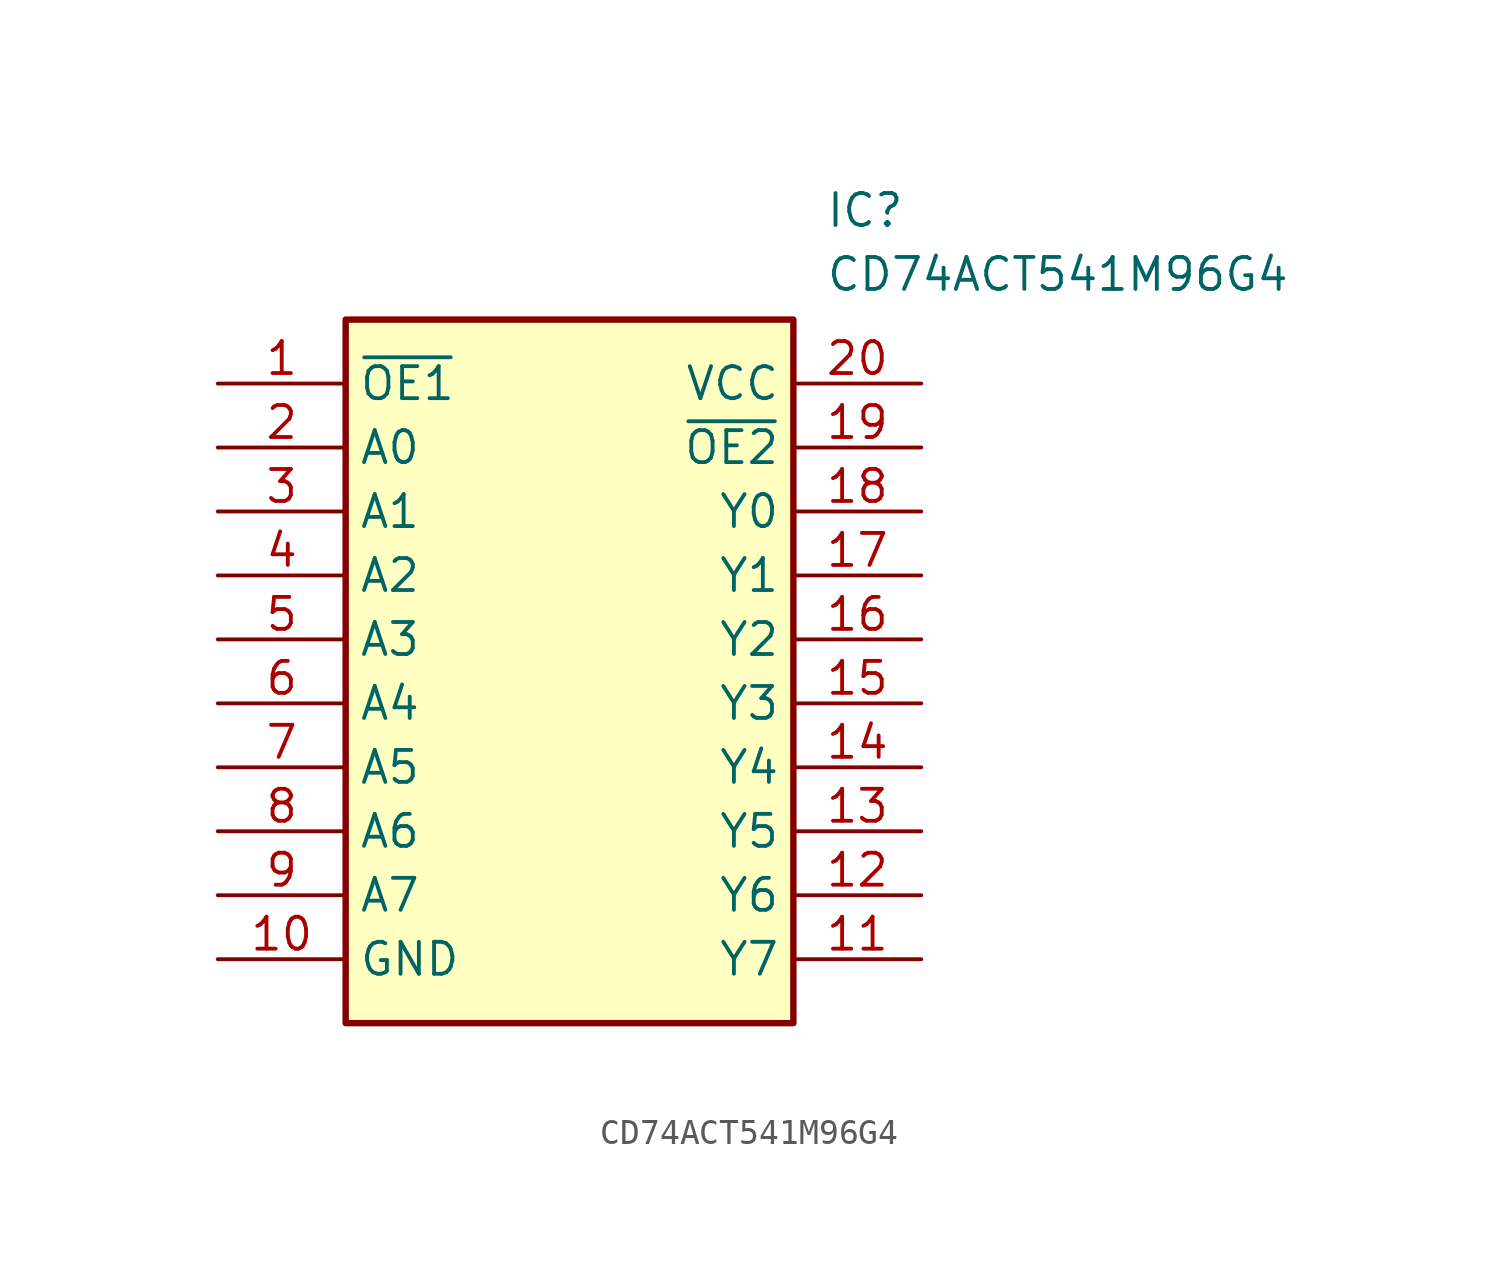
<source format=kicad_sym>
(kicad_symbol_lib
  (version 20211014)
  (generator SamacSys_ECAD_Model)
  (symbol "CD74ACT541M96G4"
    (property "Reference" "IC"
      (at 24.13 7.62 0)
      (effects (font (size 1.27 1.27)) (justify left top)))
    (property "Value" "CD74ACT541M96G4"
      (at 24.13 5.08 0)
      (effects (font (size 1.27 1.27)) (justify left top)))
    (rectangle
      (start 5.08 2.54)
      (end 22.86 -25.4)
      (stroke (width 0.254) (type default))
      (fill (type background)))
    (pin passive line
      (at 0 0 0)
      (length 5.08)
      (name "~{OE1}" (effects (font (size 1.27 1.27))))
      (number "1" (effects (font (size 1.27 1.27)))))
    (pin passive line
      (at 0 -2.54 0)
      (length 5.08)
      (name "A0" (effects (font (size 1.27 1.27))))
      (number "2" (effects (font (size 1.27 1.27)))))
    (pin passive line
      (at 0 -5.08 0)
      (length 5.08)
      (name "A1" (effects (font (size 1.27 1.27))))
      (number "3" (effects (font (size 1.27 1.27)))))
    (pin passive line
      (at 0 -7.62 0)
      (length 5.08)
      (name "A2" (effects (font (size 1.27 1.27))))
      (number "4" (effects (font (size 1.27 1.27)))))
    (pin passive line
      (at 0 -10.16 0)
      (length 5.08)
      (name "A3" (effects (font (size 1.27 1.27))))
      (number "5" (effects (font (size 1.27 1.27)))))
    (pin passive line
      (at 0 -12.7 0)
      (length 5.08)
      (name "A4" (effects (font (size 1.27 1.27))))
      (number "6" (effects (font (size 1.27 1.27)))))
    (pin passive line
      (at 0 -15.24 0)
      (length 5.08)
      (name "A5" (effects (font (size 1.27 1.27))))
      (number "7" (effects (font (size 1.27 1.27)))))
    (pin passive line
      (at 0 -17.78 0)
      (length 5.08)
      (name "A6" (effects (font (size 1.27 1.27))))
      (number "8" (effects (font (size 1.27 1.27)))))
    (pin passive line
      (at 0 -20.32 0)
      (length 5.08)
      (name "A7" (effects (font (size 1.27 1.27))))
      (number "9" (effects (font (size 1.27 1.27)))))
    (pin passive line
      (at 0 -22.86 0)
      (length 5.08)
      (name "GND" (effects (font (size 1.27 1.27))))
      (number "10" (effects (font (size 1.27 1.27)))))
    (pin passive line
      (at 27.94 0 180)
      (length 5.08)
      (name "VCC" (effects (font (size 1.27 1.27))))
      (number "20" (effects (font (size 1.27 1.27)))))
    (pin passive line
      (at 27.94 -2.54 180)
      (length 5.08)
      (name "~{OE2}" (effects (font (size 1.27 1.27))))
      (number "19" (effects (font (size 1.27 1.27)))))
    (pin passive line
      (at 27.94 -5.08 180)
      (length 5.08)
      (name "Y0" (effects (font (size 1.27 1.27))))
      (number "18" (effects (font (size 1.27 1.27)))))
    (pin passive line
      (at 27.94 -7.62 180)
      (length 5.08)
      (name "Y1" (effects (font (size 1.27 1.27))))
      (number "17" (effects (font (size 1.27 1.27)))))
    (pin passive line
      (at 27.94 -10.16 180)
      (length 5.08)
      (name "Y2" (effects (font (size 1.27 1.27))))
      (number "16" (effects (font (size 1.27 1.27)))))
    (pin passive line
      (at 27.94 -12.7 180)
      (length 5.08)
      (name "Y3" (effects (font (size 1.27 1.27))))
      (number "15" (effects (font (size 1.27 1.27)))))
    (pin passive line
      (at 27.94 -15.24 180)
      (length 5.08)
      (name "Y4" (effects (font (size 1.27 1.27))))
      (number "14" (effects (font (size 1.27 1.27)))))
    (pin passive line
      (at 27.94 -17.78 180)
      (length 5.08)
      (name "Y5" (effects (font (size 1.27 1.27))))
      (number "13" (effects (font (size 1.27 1.27)))))
    (pin passive line
      (at 27.94 -20.32 180)
      (length 5.08)
      (name "Y6" (effects (font (size 1.27 1.27))))
      (number "12" (effects (font (size 1.27 1.27)))))
    (pin passive line
      (at 27.94 -22.86 180)
      (length 5.08)
      (name "Y7" (effects (font (size 1.27 1.27))))
      (number "11" (effects (font (size 1.27 1.27)))))))
</source>
